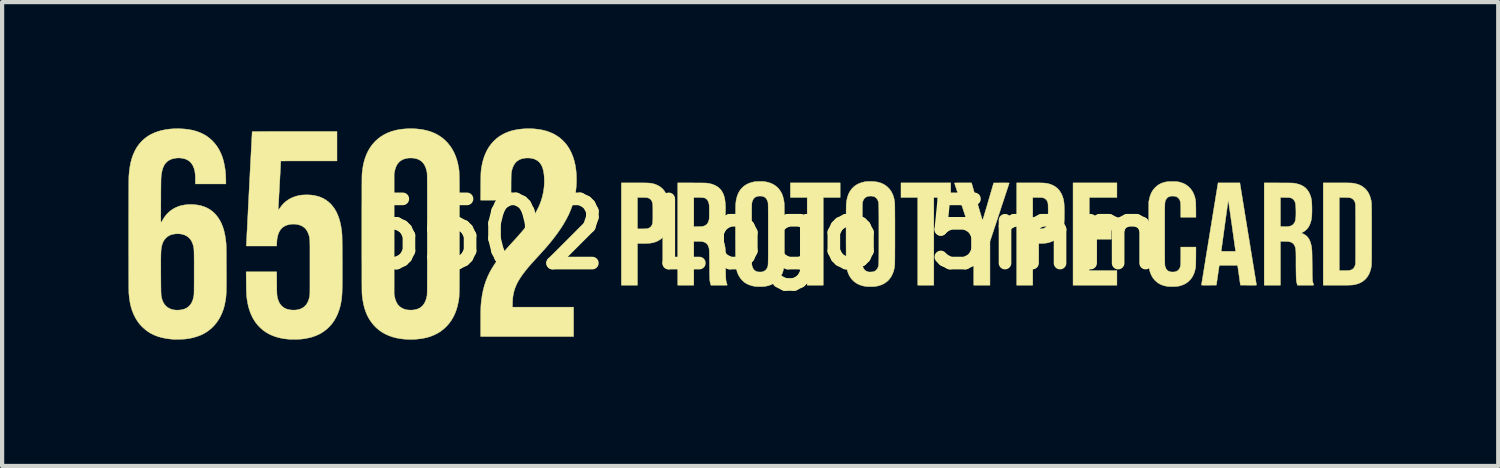
<source format=kicad_pcb>
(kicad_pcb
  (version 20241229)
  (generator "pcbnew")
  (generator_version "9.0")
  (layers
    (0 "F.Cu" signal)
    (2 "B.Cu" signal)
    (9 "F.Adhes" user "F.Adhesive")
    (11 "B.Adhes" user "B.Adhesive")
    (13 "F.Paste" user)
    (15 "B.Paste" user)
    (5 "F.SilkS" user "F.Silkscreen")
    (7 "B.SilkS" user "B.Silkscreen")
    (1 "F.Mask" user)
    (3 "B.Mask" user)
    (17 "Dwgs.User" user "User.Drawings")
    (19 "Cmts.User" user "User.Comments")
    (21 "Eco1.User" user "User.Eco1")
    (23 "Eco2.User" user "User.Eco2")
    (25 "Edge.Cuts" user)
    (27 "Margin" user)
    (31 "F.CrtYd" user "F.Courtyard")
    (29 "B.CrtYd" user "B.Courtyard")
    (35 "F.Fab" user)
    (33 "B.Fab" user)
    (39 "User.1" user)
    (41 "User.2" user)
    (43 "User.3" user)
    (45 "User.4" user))
  (footprint "6502 Logo 5mm"
    (layer "F.Cu")
    (at 15.004 2.506)
    (property "Reference" "6502 Logo 5mm" (at 0 0 0) (layer "F.SilkS") (effects (font (size 1.524 1.524) (thickness 0.3))))
    (attr through_hole)
    (fp_poly (pts (xy 1.892 -0.868) (xy 1.49 -0.868) (xy 1.49 1.215) (xy 1.109 1.215) (xy 1.109 -0.868) (xy 0.711 -0.868) (xy 0.711 -1.215) (xy 1.892 -1.215) (xy 1.892 -0.868)) (stroke (width 0.01) (type solid)) (fill yes) (layer "F.SilkS"))
    (fp_poly (pts (xy 4.517 -0.868) (xy 4.115 -0.868) (xy 4.115 1.215) (xy 3.734 1.215) (xy 3.734 -0.868) (xy 3.336 -0.868) (xy 3.336 -1.215) (xy 4.517 -1.215) (xy 4.517 -0.868)) (stroke (width 0.01) (type solid)) (fill yes) (layer "F.SilkS"))
    (fp_poly (pts (xy 8.462 -0.868) (xy 7.806 -0.868) (xy 7.806 -0.224) (xy 8.327 -0.224) (xy 8.327 0.123) (xy 7.806 0.123) (xy 7.806 0.868) (xy 8.462 0.868) (xy 8.462 1.215) (xy 7.421 1.215) (xy 7.421 -1.215) (xy 8.462 -1.215) (xy 8.462 -0.868)) (stroke (width 0.01) (type solid)) (fill yes) (layer "F.SilkS"))
    (fp_poly (pts (xy 5.01 -1.215) (xy 5.139 -0.77) (xy 5.157 -0.711) (xy 5.174 -0.654) (xy 5.189 -0.599) (xy 5.204 -0.548) (xy 5.218 -0.501) (xy 5.231 -0.459) (xy 5.242 -0.421) (xy 5.252 -0.389) (xy 5.26 -0.363) (xy 5.266 -0.343) (xy 5.271 -0.33) (xy 5.273 -0.325) (xy 5.273 -0.325) (xy 5.275 -0.329) (xy 5.278 -0.34) (xy 5.284 -0.359) (xy 5.292 -0.384) (xy 5.302 -0.415) (xy 5.313 -0.452) (xy 5.325 -0.494) (xy 5.339 -0.54) (xy 5.354 -0.59) (xy 5.37 -0.644) (xy 5.387 -0.701) (xy 5.404 -0.76) (xy 5.406 -0.768) (xy 5.536 -1.213) (xy 5.721 -1.214) (xy 5.767 -1.214) (xy 5.807 -1.214) (xy 5.841 -1.214) (xy 5.868 -1.213) (xy 5.889 -1.213) (xy 5.901 -1.212) (xy 5.905 -1.211) (xy 5.906 -1.211) (xy 5.904 -1.207) (xy 5.9 -1.195) (xy 5.894 -1.175) (xy 5.886 -1.149) (xy 5.875 -1.117) (xy 5.863 -1.079) (xy 5.848 -1.035) (xy 5.832 -0.986) (xy 5.814 -0.932) (xy 5.795 -0.874) (xy 5.775 -0.812) (xy 5.753 -0.746) (xy 5.73 -0.678) (xy 5.707 -0.606) (xy 5.683 -0.533) (xy 5.677 -0.515) (xy 5.448 0.176) (xy 5.448 1.215) (xy 5.063 1.215) (xy 5.063 0.695) (xy 5.063 0.176) (xy 4.834 -0.516) (xy 4.81 -0.59) (xy 4.786 -0.662) (xy 4.763 -0.731) (xy 4.742 -0.797) (xy 4.721 -0.86) (xy 4.701 -0.919) (xy 4.683 -0.974) (xy 4.667 -1.024) (xy 4.652 -1.069) (xy 4.639 -1.109) (xy 4.628 -1.143) (xy 4.619 -1.17) (xy 4.612 -1.191) (xy 4.608 -1.205) (xy 4.606 -1.211) (xy 4.606 -1.211) (xy 4.61 -1.212) (xy 4.622 -1.213) (xy 4.641 -1.213) (xy 4.666 -1.214) (xy 4.696 -1.214) (xy 4.732 -1.215) (xy 4.771 -1.215) (xy 4.808 -1.215) (xy 5.01 -1.215)) (stroke (width 0.01) (type solid)) (fill yes) (layer "F.SilkS"))
    (fp_poly (pts (xy 6.398 -1.215) (xy 6.463 -1.215) (xy 6.521 -1.215) (xy 6.572 -1.214) (xy 6.617 -1.214) (xy 6.655 -1.213) (xy 6.689 -1.213) (xy 6.718 -1.211) (xy 6.743 -1.21) (xy 6.765 -1.208) (xy 6.785 -1.205) (xy 6.802 -1.203) (xy 6.819 -1.199) (xy 6.835 -1.195) (xy 6.851 -1.191) (xy 6.868 -1.185) (xy 6.877 -1.183) (xy 6.936 -1.16) (xy 6.989 -1.13) (xy 7.037 -1.095) (xy 7.08 -1.053) (xy 7.116 -1.004) (xy 7.147 -0.95) (xy 7.172 -0.89) (xy 7.191 -0.828) (xy 7.196 -0.804) (xy 7.2 -0.781) (xy 7.204 -0.757) (xy 7.207 -0.731) (xy 7.209 -0.703) (xy 7.211 -0.671) (xy 7.212 -0.634) (xy 7.213 -0.592) (xy 7.214 -0.543) (xy 7.214 -0.495) (xy 7.213 -0.44) (xy 7.213 -0.392) (xy 7.212 -0.351) (xy 7.211 -0.315) (xy 7.209 -0.283) (xy 7.207 -0.256) (xy 7.204 -0.23) (xy 7.2 -0.206) (xy 7.195 -0.183) (xy 7.191 -0.163) (xy 7.171 -0.097) (xy 7.146 -0.037) (xy 7.114 0.017) (xy 7.077 0.065) (xy 7.034 0.107) (xy 6.986 0.142) (xy 6.932 0.171) (xy 6.872 0.194) (xy 6.841 0.203) (xy 6.814 0.209) (xy 6.787 0.214) (xy 6.76 0.218) (xy 6.729 0.221) (xy 6.695 0.222) (xy 6.656 0.224) (xy 6.61 0.224) (xy 6.588 0.224) (xy 6.464 0.224) (xy 6.464 1.215) (xy 6.083 1.215) (xy 6.083 -0.868) (xy 6.464 -0.868) (xy 6.464 -0.123) (xy 6.573 -0.123) (xy 6.613 -0.123) (xy 6.645 -0.124) (xy 6.67 -0.125) (xy 6.688 -0.126) (xy 6.701 -0.128) (xy 6.703 -0.129) (xy 6.738 -0.141) (xy 6.767 -0.159) (xy 6.791 -0.182) (xy 6.807 -0.209) (xy 6.808 -0.209) (xy 6.813 -0.221) (xy 6.817 -0.232) (xy 6.82 -0.243) (xy 6.823 -0.255) (xy 6.825 -0.268) (xy 6.827 -0.285) (xy 6.828 -0.304) (xy 6.829 -0.328) (xy 6.83 -0.357) (xy 6.83 -0.391) (xy 6.83 -0.433) (xy 6.83 -0.481) (xy 6.83 -0.495) (xy 6.83 -0.546) (xy 6.83 -0.589) (xy 6.83 -0.625) (xy 6.829 -0.656) (xy 6.829 -0.681) (xy 6.827 -0.701) (xy 6.826 -0.718) (xy 6.824 -0.733) (xy 6.821 -0.745) (xy 6.818 -0.756) (xy 6.814 -0.767) (xy 6.809 -0.778) (xy 6.808 -0.781) (xy 6.792 -0.807) (xy 6.769 -0.83) (xy 6.741 -0.848) (xy 6.709 -0.86) (xy 6.698 -0.863) (xy 6.686 -0.865) (xy 6.668 -0.866) (xy 6.643 -0.867) (xy 6.613 -0.867) (xy 6.58 -0.868) (xy 6.57 -0.868) (xy 6.464 -0.868) (xy 6.083 -0.868) (xy 6.083 -1.215) (xy 6.398 -1.215)) (stroke (width 0.01) (type solid)) (fill yes) (layer "F.SilkS"))
    (fp_poly (pts (xy -2.988 -1.215) (xy -2.922 -1.215) (xy -2.864 -1.215) (xy -2.813 -1.214) (xy -2.769 -1.214) (xy -2.73 -1.213) (xy -2.697 -1.213) (xy -2.668 -1.211) (xy -2.643 -1.21) (xy -2.62 -1.208) (xy -2.601 -1.205) (xy -2.583 -1.203) (xy -2.567 -1.199) (xy -2.55 -1.195) (xy -2.534 -1.191) (xy -2.517 -1.186) (xy -2.508 -1.183) (xy -2.45 -1.16) (xy -2.396 -1.131) (xy -2.348 -1.095) (xy -2.306 -1.053) (xy -2.27 -1.005) (xy -2.239 -0.95) (xy -2.213 -0.889) (xy -2.199 -0.845) (xy -2.194 -0.824) (xy -2.189 -0.804) (xy -2.185 -0.786) (xy -2.182 -0.766) (xy -2.18 -0.746) (xy -2.178 -0.723) (xy -2.176 -0.697) (xy -2.175 -0.667) (xy -2.174 -0.632) (xy -2.174 -0.591) (xy -2.174 -0.543) (xy -2.174 -0.497) (xy -2.174 -0.446) (xy -2.174 -0.402) (xy -2.174 -0.364) (xy -2.175 -0.332) (xy -2.176 -0.305) (xy -2.177 -0.282) (xy -2.178 -0.261) (xy -2.18 -0.243) (xy -2.183 -0.225) (xy -2.186 -0.208) (xy -2.189 -0.189) (xy -2.191 -0.178) (xy -2.208 -0.114) (xy -2.231 -0.055) (xy -2.261 0.000037) (xy -2.295 0.049) (xy -2.336 0.093) (xy -2.381 0.13) (xy -2.431 0.16) (xy -2.439 0.164) (xy -2.471 0.179) (xy -2.504 0.191) (xy -2.537 0.201) (xy -2.571 0.209) (xy -2.609 0.215) (xy -2.651 0.22) (xy -2.698 0.222) (xy -2.752 0.224) (xy -2.797 0.224) (xy -2.921 0.224) (xy -2.921 1.215) (xy -3.302 1.215) (xy -3.302 -0.868) (xy -2.921 -0.868) (xy -2.921 -0.123) (xy -2.812 -0.123) (xy -2.772 -0.123) (xy -2.741 -0.124) (xy -2.716 -0.125) (xy -2.697 -0.126) (xy -2.685 -0.128) (xy -2.682 -0.129) (xy -2.647 -0.142) (xy -2.617 -0.16) (xy -2.594 -0.183) (xy -2.577 -0.211) (xy -2.573 -0.223) (xy -2.568 -0.234) (xy -2.565 -0.245) (xy -2.562 -0.258) (xy -2.56 -0.272) (xy -2.558 -0.29) (xy -2.557 -0.311) (xy -2.556 -0.336) (xy -2.555 -0.366) (xy -2.555 -0.403) (xy -2.555 -0.446) (xy -2.555 -0.493) (xy -2.555 -0.541) (xy -2.555 -0.581) (xy -2.555 -0.615) (xy -2.556 -0.642) (xy -2.556 -0.665) (xy -2.557 -0.683) (xy -2.558 -0.697) (xy -2.559 -0.709) (xy -2.56 -0.719) (xy -2.562 -0.727) (xy -2.562 -0.729) (xy -2.573 -0.767) (xy -2.588 -0.798) (xy -2.608 -0.823) (xy -2.633 -0.842) (xy -2.664 -0.856) (xy -2.683 -0.862) (xy -2.693 -0.864) (xy -2.707 -0.865) (xy -2.725 -0.867) (xy -2.749 -0.867) (xy -2.779 -0.868) (xy -2.814 -0.868) (xy -2.921 -0.868) (xy -3.302 -0.868) (xy -3.302 -1.215) (xy -2.988 -1.215)) (stroke (width 0.01) (type solid)) (fill yes) (layer "F.SilkS"))
    (fp_poly (pts (xy 13.685 -1.215) (xy 13.749 -1.215) (xy 13.805 -1.215) (xy 13.854 -1.215) (xy 13.896 -1.214) (xy 13.932 -1.214) (xy 13.962 -1.213) (xy 13.988 -1.213) (xy 14.009 -1.212) (xy 14.026 -1.211) (xy 14.04 -1.21) (xy 14.052 -1.209) (xy 14.056 -1.209) (xy 14.123 -1.197) (xy 14.183 -1.18) (xy 14.237 -1.159) (xy 14.287 -1.131) (xy 14.331 -1.098) (xy 14.371 -1.061) (xy 14.409 -1.014) (xy 14.441 -0.962) (xy 14.467 -0.903) (xy 14.487 -0.839) (xy 14.488 -0.833) (xy 14.491 -0.822) (xy 14.493 -0.812) (xy 14.496 -0.803) (xy 14.498 -0.793) (xy 14.499 -0.783) (xy 14.501 -0.772) (xy 14.502 -0.76) (xy 14.504 -0.746) (xy 14.505 -0.731) (xy 14.506 -0.713) (xy 14.507 -0.692) (xy 14.507 -0.667) (xy 14.508 -0.64) (xy 14.508 -0.608) (xy 14.509 -0.571) (xy 14.509 -0.53) (xy 14.509 -0.483) (xy 14.51 -0.431) (xy 14.51 -0.373) (xy 14.51 -0.308) (xy 14.51 -0.236) (xy 14.51 -0.157) (xy 14.51 -0.07) (xy 14.51 0) (xy 14.51 0.093) (xy 14.51 0.178) (xy 14.51 0.255) (xy 14.51 0.325) (xy 14.51 0.388) (xy 14.509 0.445) (xy 14.509 0.496) (xy 14.509 0.541) (xy 14.509 0.581) (xy 14.508 0.616) (xy 14.508 0.647) (xy 14.507 0.674) (xy 14.506 0.697) (xy 14.506 0.718) (xy 14.505 0.735) (xy 14.503 0.75) (xy 14.502 0.763) (xy 14.501 0.775) (xy 14.499 0.786) (xy 14.497 0.795) (xy 14.495 0.805) (xy 14.493 0.815) (xy 14.49 0.825) (xy 14.488 0.833) (xy 14.468 0.899) (xy 14.443 0.958) (xy 14.411 1.011) (xy 14.373 1.059) (xy 14.33 1.1) (xy 14.281 1.135) (xy 14.226 1.164) (xy 14.166 1.186) (xy 14.139 1.193) (xy 14.123 1.197) (xy 14.109 1.2) (xy 14.094 1.203) (xy 14.079 1.206) (xy 14.063 1.208) (xy 14.044 1.21) (xy 14.024 1.211) (xy 14 1.212) (xy 13.972 1.213) (xy 13.939 1.214) (xy 13.902 1.214) (xy 13.859 1.215) (xy 13.809 1.215) (xy 13.752 1.215) (xy 13.687 1.215) (xy 13.685 1.215) (xy 13.36 1.215) (xy 13.36 -0.868) (xy 13.741 -0.868) (xy 13.741 0.868) (xy 13.854 0.868) (xy 13.892 0.868) (xy 13.922 0.867) (xy 13.946 0.867) (xy 13.965 0.865) (xy 13.981 0.864) (xy 13.993 0.862) (xy 13.995 0.861) (xy 14.031 0.849) (xy 14.061 0.831) (xy 14.086 0.806) (xy 14.105 0.774) (xy 14.12 0.736) (xy 14.121 0.729) (xy 14.122 0.725) (xy 14.123 0.72) (xy 14.124 0.714) (xy 14.125 0.707) (xy 14.125 0.697) (xy 14.126 0.686) (xy 14.126 0.671) (xy 14.127 0.654) (xy 14.127 0.633) (xy 14.128 0.608) (xy 14.128 0.579) (xy 14.128 0.545) (xy 14.128 0.506) (xy 14.128 0.462) (xy 14.129 0.412) (xy 14.129 0.355) (xy 14.129 0.292) (xy 14.129 0.222) (xy 14.129 0.145) (xy 14.129 0.059) (xy 14.129 0) (xy 14.129 -0.091) (xy 14.129 -0.173) (xy 14.129 -0.248) (xy 14.129 -0.315) (xy 14.129 -0.376) (xy 14.128 -0.43) (xy 14.128 -0.478) (xy 14.128 -0.521) (xy 14.128 -0.558) (xy 14.128 -0.59) (xy 14.127 -0.617) (xy 14.127 -0.641) (xy 14.127 -0.66) (xy 14.126 -0.677) (xy 14.126 -0.69) (xy 14.125 -0.701) (xy 14.124 -0.71) (xy 14.124 -0.717) (xy 14.123 -0.722) (xy 14.122 -0.727) (xy 14.121 -0.729) (xy 14.11 -0.766) (xy 14.094 -0.795) (xy 14.074 -0.819) (xy 14.049 -0.839) (xy 14.036 -0.847) (xy 14.023 -0.853) (xy 14.008 -0.858) (xy 13.992 -0.862) (xy 13.972 -0.864) (xy 13.948 -0.866) (xy 13.918 -0.867) (xy 13.881 -0.868) (xy 13.854 -0.868) (xy 13.741 -0.868) (xy 13.36 -0.868) (xy 13.36 -1.215) (xy 13.685 -1.215)) (stroke (width 0.01) (type solid)) (fill yes) (layer "F.SilkS"))
    (fp_poly (pts (xy 11.122 -1.215) (xy 11.381 -1.215) (xy 11.577 -0.007) (xy 11.594 0.093) (xy 11.61 0.19) (xy 11.625 0.286) (xy 11.64 0.378) (xy 11.655 0.468) (xy 11.669 0.554) (xy 11.682 0.636) (xy 11.695 0.714) (xy 11.707 0.788) (xy 11.718 0.856) (xy 11.728 0.92) (xy 11.738 0.978) (xy 11.747 1.031) (xy 11.754 1.077) (xy 11.761 1.117) (xy 11.766 1.15) (xy 11.77 1.176) (xy 11.773 1.194) (xy 11.775 1.205) (xy 11.776 1.208) (xy 11.776 1.209) (xy 11.775 1.211) (xy 11.771 1.212) (xy 11.765 1.213) (xy 11.756 1.214) (xy 11.742 1.214) (xy 11.724 1.214) (xy 11.7 1.214) (xy 11.669 1.214) (xy 11.632 1.214) (xy 11.586 1.214) (xy 11.586 1.214) (xy 11.394 1.213) (xy 11.361 0.977) (xy 11.327 0.741) (xy 11.11 0.741) (xy 11.068 0.741) (xy 11.028 0.741) (xy 10.992 0.741) (xy 10.961 0.741) (xy 10.934 0.741) (xy 10.913 0.741) (xy 10.899 0.742) (xy 10.892 0.742) (xy 10.892 0.742) (xy 10.891 0.746) (xy 10.89 0.758) (xy 10.887 0.777) (xy 10.883 0.802) (xy 10.879 0.832) (xy 10.873 0.867) (xy 10.868 0.905) (xy 10.862 0.947) (xy 10.857 0.978) (xy 10.823 1.213) (xy 10.646 1.214) (xy 10.608 1.214) (xy 10.573 1.214) (xy 10.542 1.214) (xy 10.515 1.214) (xy 10.493 1.213) (xy 10.478 1.213) (xy 10.47 1.212) (xy 10.469 1.212) (xy 10.47 1.208) (xy 10.472 1.195) (xy 10.475 1.175) (xy 10.479 1.148) (xy 10.485 1.115) (xy 10.491 1.075) (xy 10.499 1.029) (xy 10.507 0.977) (xy 10.516 0.92) (xy 10.526 0.859) (xy 10.537 0.793) (xy 10.548 0.723) (xy 10.56 0.65) (xy 10.572 0.574) (xy 10.585 0.495) (xy 10.598 0.413) (xy 10.6 0.402) (xy 10.939 0.402) (xy 10.939 0.404) (xy 10.94 0.406) (xy 10.942 0.407) (xy 10.947 0.408) (xy 10.955 0.409) (xy 10.967 0.41) (xy 10.983 0.41) (xy 11.005 0.41) (xy 11.033 0.411) (xy 11.068 0.411) (xy 11.11 0.411) (xy 11.28 0.411) (xy 11.258 0.255) (xy 11.241 0.133) (xy 11.225 0.02) (xy 11.21 -0.085) (xy 11.197 -0.182) (xy 11.184 -0.272) (xy 11.172 -0.354) (xy 11.162 -0.428) (xy 11.152 -0.495) (xy 11.143 -0.555) (xy 11.136 -0.607) (xy 11.129 -0.653) (xy 11.123 -0.692) (xy 11.119 -0.724) (xy 11.115 -0.75) (xy 11.112 -0.77) (xy 11.109 -0.783) (xy 11.108 -0.79) (xy 11.107 -0.792) (xy 11.104 -0.788) (xy 11.102 -0.782) (xy 11.101 -0.776) (xy 11.099 -0.763) (xy 11.096 -0.742) (xy 11.092 -0.715) (xy 11.088 -0.682) (xy 11.082 -0.643) (xy 11.076 -0.6) (xy 11.07 -0.552) (xy 11.062 -0.5) (xy 11.055 -0.446) (xy 11.047 -0.389) (xy 11.039 -0.33) (xy 11.03 -0.269) (xy 11.022 -0.208) (xy 11.014 -0.147) (xy 11.005 -0.086) (xy 10.997 -0.026) (xy 10.989 0.032) (xy 10.981 0.088) (xy 10.974 0.141) (xy 10.967 0.191) (xy 10.961 0.237) (xy 10.955 0.279) (xy 10.95 0.316) (xy 10.946 0.346) (xy 10.943 0.371) (xy 10.94 0.389) (xy 10.939 0.399) (xy 10.939 0.402) (xy 10.6 0.402) (xy 10.612 0.33) (xy 10.626 0.245) (xy 10.64 0.159) (xy 10.654 0.073) (xy 10.668 -0.014) (xy 10.682 -0.101) (xy 10.696 -0.188) (xy 10.71 -0.273) (xy 10.724 -0.357) (xy 10.737 -0.44) (xy 10.75 -0.52) (xy 10.763 -0.598) (xy 10.775 -0.673) (xy 10.787 -0.745) (xy 10.798 -0.813) (xy 10.808 -0.877) (xy 10.818 -0.936) (xy 10.827 -0.991) (xy 10.835 -1.04) (xy 10.842 -1.083) (xy 10.848 -1.12) (xy 10.853 -1.151) (xy 10.857 -1.175) (xy 10.86 -1.191) (xy 10.861 -1.2) (xy 10.861 -1.201) (xy 10.864 -1.215) (xy 11.122 -1.215)) (stroke (width 0.01) (type solid)) (fill yes) (layer "F.SilkS"))
    (fp_poly (pts (xy 9.819 -1.246) (xy 9.852 -1.246) (xy 9.88 -1.244) (xy 9.905 -1.241) (xy 9.929 -1.237) (xy 9.954 -1.231) (xy 9.98 -1.224) (xy 9.99 -1.221) (xy 10.048 -1.199) (xy 10.102 -1.17) (xy 10.151 -1.134) (xy 10.195 -1.092) (xy 10.234 -1.044) (xy 10.267 -0.991) (xy 10.293 -0.932) (xy 10.31 -0.882) (xy 10.316 -0.861) (xy 10.32 -0.842) (xy 10.324 -0.825) (xy 10.327 -0.807) (xy 10.33 -0.789) (xy 10.332 -0.769) (xy 10.333 -0.745) (xy 10.335 -0.718) (xy 10.335 -0.685) (xy 10.336 -0.647) (xy 10.337 -0.601) (xy 10.337 -0.583) (xy 10.338 -0.398) (xy 9.978 -0.398) (xy 9.978 -0.556) (xy 9.978 -0.603) (xy 9.977 -0.642) (xy 9.977 -0.675) (xy 9.976 -0.702) (xy 9.974 -0.725) (xy 9.972 -0.744) (xy 9.969 -0.76) (xy 9.966 -0.775) (xy 9.961 -0.789) (xy 9.957 -0.801) (xy 9.946 -0.823) (xy 9.93 -0.845) (xy 9.911 -0.864) (xy 9.895 -0.876) (xy 9.866 -0.89) (xy 9.831 -0.898) (xy 9.791 -0.902) (xy 9.787 -0.902) (xy 9.744 -0.899) (xy 9.708 -0.89) (xy 9.676 -0.875) (xy 9.651 -0.853) (xy 9.63 -0.825) (xy 9.621 -0.809) (xy 9.618 -0.802) (xy 9.616 -0.796) (xy 9.613 -0.791) (xy 9.611 -0.784) (xy 9.609 -0.778) (xy 9.607 -0.77) (xy 9.605 -0.76) (xy 9.604 -0.749) (xy 9.603 -0.736) (xy 9.601 -0.72) (xy 9.6 -0.701) (xy 9.6 -0.679) (xy 9.599 -0.653) (xy 9.598 -0.623) (xy 9.598 -0.588) (xy 9.598 -0.549) (xy 9.597 -0.504) (xy 9.597 -0.453) (xy 9.597 -0.396) (xy 9.597 -0.333) (xy 9.597 -0.263) (xy 9.597 -0.185) (xy 9.597 -0.1) (xy 9.597 -0.007) (xy 9.597 0.002) (xy 9.597 0.095) (xy 9.597 0.18) (xy 9.597 0.257) (xy 9.597 0.327) (xy 9.597 0.389) (xy 9.597 0.445) (xy 9.597 0.495) (xy 9.598 0.54) (xy 9.598 0.578) (xy 9.598 0.612) (xy 9.598 0.641) (xy 9.599 0.666) (xy 9.599 0.687) (xy 9.6 0.704) (xy 9.6 0.719) (xy 9.601 0.73) (xy 9.601 0.739) (xy 9.602 0.746) (xy 9.603 0.752) (xy 9.603 0.754) (xy 9.615 0.795) (xy 9.632 0.829) (xy 9.653 0.856) (xy 9.68 0.877) (xy 9.712 0.891) (xy 9.75 0.9) (xy 9.787 0.902) (xy 9.831 0.899) (xy 9.868 0.889) (xy 9.9 0.874) (xy 9.926 0.852) (xy 9.946 0.824) (xy 9.962 0.789) (xy 9.972 0.749) (xy 9.973 0.739) (xy 9.975 0.724) (xy 9.976 0.705) (xy 9.976 0.681) (xy 9.977 0.651) (xy 9.977 0.615) (xy 9.978 0.571) (xy 9.978 0.52) (xy 9.978 0.513) (xy 9.978 0.309) (xy 10.338 0.309) (xy 10.337 0.539) (xy 10.336 0.59) (xy 10.336 0.634) (xy 10.335 0.671) (xy 10.335 0.702) (xy 10.334 0.728) (xy 10.333 0.749) (xy 10.333 0.766) (xy 10.331 0.78) (xy 10.33 0.791) (xy 10.329 0.801) (xy 10.328 0.806) (xy 10.312 0.872) (xy 10.294 0.931) (xy 10.27 0.984) (xy 10.243 1.032) (xy 10.21 1.076) (xy 10.194 1.093) (xy 10.153 1.133) (xy 10.108 1.166) (xy 10.06 1.193) (xy 10.005 1.215) (xy 9.945 1.233) (xy 9.927 1.237) (xy 9.904 1.24) (xy 9.875 1.243) (xy 9.841 1.246) (xy 9.805 1.247) (xy 9.768 1.248) (xy 9.732 1.247) (xy 9.699 1.246) (xy 9.671 1.244) (xy 9.658 1.242) (xy 9.595 1.23) (xy 9.538 1.212) (xy 9.487 1.19) (xy 9.44 1.163) (xy 9.397 1.129) (xy 9.361 1.095) (xy 9.323 1.05) (xy 9.292 1) (xy 9.265 0.945) (xy 9.244 0.883) (xy 9.228 0.815) (xy 9.228 0.814) (xy 9.218 0.764) (xy 9.218 -0.764) (xy 9.228 -0.814) (xy 9.243 -0.879) (xy 9.262 -0.937) (xy 9.286 -0.99) (xy 9.315 -1.038) (xy 9.35 -1.082) (xy 9.372 -1.105) (xy 9.411 -1.141) (xy 9.451 -1.17) (xy 9.493 -1.193) (xy 9.54 -1.213) (xy 9.558 -1.219) (xy 9.586 -1.227) (xy 9.613 -1.234) (xy 9.64 -1.239) (xy 9.668 -1.243) (xy 9.7 -1.245) (xy 9.737 -1.246) (xy 9.779 -1.247) (xy 9.819 -1.246)) (stroke (width 0.01) (type solid)) (fill yes) (layer "F.SilkS"))
    (fp_poly (pts (xy -1.62 -1.214) (xy -1.558 -1.213) (xy -1.504 -1.213) (xy -1.457 -1.213) (xy -1.416 -1.213) (xy -1.381 -1.212) (xy -1.352 -1.212) (xy -1.328 -1.211) (xy -1.307 -1.211) (xy -1.29 -1.21) (xy -1.277 -1.209) (xy -1.265 -1.208) (xy -1.255 -1.207) (xy -1.246 -1.206) (xy -1.237 -1.205) (xy -1.229 -1.203) (xy -1.163 -1.187) (xy -1.103 -1.166) (xy -1.049 -1.14) (xy -1.002 -1.109) (xy -0.961 -1.072) (xy -0.926 -1.029) (xy -0.897 -0.981) (xy -0.873 -0.926) (xy -0.87 -0.917) (xy -0.856 -0.869) (xy -0.845 -0.814) (xy -0.837 -0.751) (xy -0.832 -0.683) (xy -0.83 -0.608) (xy -0.831 -0.528) (xy -0.833 -0.482) (xy -0.836 -0.435) (xy -0.839 -0.395) (xy -0.843 -0.36) (xy -0.849 -0.329) (xy -0.856 -0.299) (xy -0.865 -0.27) (xy -0.87 -0.255) (xy -0.893 -0.203) (xy -0.922 -0.155) (xy -0.956 -0.113) (xy -0.996 -0.077) (xy -1.04 -0.047) (xy -1.055 -0.04) (xy -1.068 -0.033) (xy -1.076 -0.028) (xy -1.078 -0.024) (xy -1.074 -0.021) (xy -1.064 -0.016) (xy -1.05 -0.009) (xy -1.045 -0.007) (xy -1.002 0.016) (xy -0.964 0.043) (xy -0.932 0.076) (xy -0.904 0.115) (xy -0.881 0.161) (xy -0.868 0.197) (xy -0.861 0.219) (xy -0.854 0.24) (xy -0.849 0.262) (xy -0.845 0.285) (xy -0.841 0.309) (xy -0.838 0.336) (xy -0.835 0.366) (xy -0.833 0.4) (xy -0.832 0.438) (xy -0.831 0.482) (xy -0.83 0.533) (xy -0.83 0.59) (xy -0.83 0.654) (xy -0.829 0.736) (xy -0.829 0.811) (xy -0.828 0.877) (xy -0.827 0.935) (xy -0.826 0.986) (xy -0.824 1.029) (xy -0.822 1.065) (xy -0.819 1.094) (xy -0.816 1.116) (xy -0.815 1.122) (xy -0.804 1.167) (xy -0.789 1.208) (xy -0.789 1.209) (xy -0.79 1.211) (xy -0.793 1.212) (xy -0.799 1.213) (xy -0.809 1.214) (xy -0.822 1.214) (xy -0.841 1.214) (xy -0.865 1.215) (xy -0.895 1.215) (xy -0.933 1.215) (xy -0.978 1.215) (xy -1.176 1.215) (xy -1.185 1.182) (xy -1.189 1.17) (xy -1.192 1.158) (xy -1.195 1.146) (xy -1.198 1.134) (xy -1.2 1.12) (xy -1.202 1.105) (xy -1.203 1.088) (xy -1.204 1.068) (xy -1.206 1.044) (xy -1.206 1.016) (xy -1.207 0.983) (xy -1.208 0.945) (xy -1.209 0.9) (xy -1.209 0.85) (xy -1.21 0.792) (xy -1.211 0.726) (xy -1.211 0.724) (xy -1.211 0.659) (xy -1.212 0.602) (xy -1.212 0.552) (xy -1.213 0.508) (xy -1.214 0.471) (xy -1.214 0.439) (xy -1.215 0.413) (xy -1.216 0.39) (xy -1.218 0.371) (xy -1.219 0.355) (xy -1.221 0.342) (xy -1.223 0.331) (xy -1.226 0.321) (xy -1.228 0.312) (xy -1.232 0.302) (xy -1.236 0.293) (xy -1.238 0.287) (xy -1.255 0.254) (xy -1.278 0.227) (xy -1.306 0.206) (xy -1.341 0.19) (xy -1.382 0.179) (xy -1.392 0.178) (xy -1.405 0.177) (xy -1.425 0.175) (xy -1.45 0.174) (xy -1.477 0.174) (xy -1.502 0.174) (xy -1.583 0.174) (xy -1.583 1.215) (xy -1.964 1.215) (xy -1.964 -0.173) (xy -1.583 -0.173) (xy -1.483 -0.175) (xy -1.445 -0.176) (xy -1.414 -0.177) (xy -1.39 -0.179) (xy -1.373 -0.181) (xy -1.36 -0.183) (xy -1.359 -0.184) (xy -1.321 -0.198) (xy -1.289 -0.218) (xy -1.263 -0.244) (xy -1.243 -0.276) (xy -1.228 -0.314) (xy -1.222 -0.34) (xy -1.22 -0.35) (xy -1.218 -0.363) (xy -1.217 -0.379) (xy -1.216 -0.399) (xy -1.216 -0.424) (xy -1.215 -0.455) (xy -1.215 -0.492) (xy -1.215 -0.526) (xy -1.215 -0.567) (xy -1.215 -0.602) (xy -1.216 -0.63) (xy -1.216 -0.652) (xy -1.217 -0.67) (xy -1.218 -0.685) (xy -1.22 -0.698) (xy -1.221 -0.709) (xy -1.223 -0.718) (xy -1.234 -0.758) (xy -1.25 -0.792) (xy -1.269 -0.818) (xy -1.275 -0.824) (xy -1.289 -0.836) (xy -1.302 -0.845) (xy -1.316 -0.853) (xy -1.333 -0.858) (xy -1.352 -0.862) (xy -1.376 -0.865) (xy -1.404 -0.867) (xy -1.44 -0.868) (xy -1.478 -0.868) (xy -1.583 -0.868) (xy -1.583 -0.173) (xy -1.964 -0.173) (xy -1.964 -1.215) (xy -1.62 -1.214)) (stroke (width 0.01) (type solid)) (fill yes) (layer "F.SilkS"))
    (fp_poly (pts (xy 12.303 -1.214) (xy 12.365 -1.213) (xy 12.42 -1.213) (xy 12.467 -1.213) (xy 12.508 -1.213) (xy 12.542 -1.212) (xy 12.571 -1.212) (xy 12.596 -1.211) (xy 12.616 -1.211) (xy 12.633 -1.21) (xy 12.647 -1.209) (xy 12.659 -1.208) (xy 12.669 -1.207) (xy 12.678 -1.206) (xy 12.686 -1.205) (xy 12.694 -1.203) (xy 12.726 -1.196) (xy 12.759 -1.187) (xy 12.792 -1.177) (xy 12.823 -1.166) (xy 12.847 -1.156) (xy 12.853 -1.153) (xy 12.902 -1.124) (xy 12.946 -1.088) (xy 12.985 -1.045) (xy 13.017 -0.997) (xy 13.044 -0.942) (xy 13.065 -0.882) (xy 13.07 -0.866) (xy 13.076 -0.839) (xy 13.081 -0.81) (xy 13.085 -0.779) (xy 13.088 -0.743) (xy 13.09 -0.702) (xy 13.092 -0.655) (xy 13.092 -0.635) (xy 13.093 -0.571) (xy 13.092 -0.511) (xy 13.09 -0.457) (xy 13.087 -0.408) (xy 13.082 -0.367) (xy 13.077 -0.336) (xy 13.06 -0.273) (xy 13.038 -0.216) (xy 13.011 -0.166) (xy 12.978 -0.123) (xy 12.94 -0.086) (xy 12.897 -0.055) (xy 12.872 -0.042) (xy 12.856 -0.033) (xy 12.847 -0.027) (xy 12.845 -0.022) (xy 12.85 -0.019) (xy 12.853 -0.018) (xy 12.871 -0.011) (xy 12.893 -0.001) (xy 12.916 0.012) (xy 12.939 0.027) (xy 12.958 0.042) (xy 12.965 0.047) (xy 12.995 0.079) (xy 13.02 0.115) (xy 13.041 0.157) (xy 13.059 0.204) (xy 13.07 0.247) (xy 13.074 0.264) (xy 13.078 0.28) (xy 13.081 0.296) (xy 13.084 0.313) (xy 13.086 0.33) (xy 13.088 0.349) (xy 13.09 0.371) (xy 13.092 0.395) (xy 13.093 0.423) (xy 13.094 0.455) (xy 13.095 0.492) (xy 13.096 0.535) (xy 13.096 0.583) (xy 13.097 0.639) (xy 13.098 0.702) (xy 13.098 0.743) (xy 13.099 0.807) (xy 13.099 0.864) (xy 13.1 0.913) (xy 13.1 0.956) (xy 13.101 0.992) (xy 13.102 1.024) (xy 13.103 1.05) (xy 13.104 1.072) (xy 13.105 1.091) (xy 13.106 1.107) (xy 13.108 1.12) (xy 13.11 1.132) (xy 13.113 1.142) (xy 13.115 1.152) (xy 13.119 1.163) (xy 13.122 1.173) (xy 13.123 1.175) (xy 13.128 1.189) (xy 13.132 1.202) (xy 13.134 1.208) (xy 13.134 1.209) (xy 13.133 1.211) (xy 13.13 1.212) (xy 13.124 1.213) (xy 13.115 1.214) (xy 13.101 1.214) (xy 13.083 1.214) (xy 13.058 1.215) (xy 13.028 1.215) (xy 12.991 1.215) (xy 12.945 1.215) (xy 12.748 1.215) (xy 12.739 1.182) (xy 12.734 1.163) (xy 12.729 1.143) (xy 12.725 1.126) (xy 12.725 1.126) (xy 12.723 1.11) (xy 12.721 1.085) (xy 12.719 1.053) (xy 12.717 1.012) (xy 12.716 0.965) (xy 12.715 0.91) (xy 12.714 0.848) (xy 12.713 0.779) (xy 12.713 0.704) (xy 12.713 0.651) (xy 12.713 0.594) (xy 12.713 0.544) (xy 12.712 0.501) (xy 12.712 0.465) (xy 12.711 0.434) (xy 12.71 0.408) (xy 12.709 0.386) (xy 12.707 0.367) (xy 12.705 0.351) (xy 12.702 0.337) (xy 12.699 0.324) (xy 12.695 0.311) (xy 12.691 0.298) (xy 12.689 0.294) (xy 12.673 0.259) (xy 12.652 0.231) (xy 12.63 0.212) (xy 12.611 0.201) (xy 12.59 0.192) (xy 12.567 0.185) (xy 12.541 0.18) (xy 12.51 0.176) (xy 12.473 0.174) (xy 12.429 0.174) (xy 12.422 0.174) (xy 12.344 0.174) (xy 12.344 1.215) (xy 11.959 1.215) (xy 11.959 -0.868) (xy 12.344 -0.868) (xy 12.344 -0.174) (xy 12.42 -0.174) (xy 12.447 -0.174) (xy 12.475 -0.175) (xy 12.5 -0.176) (xy 12.521 -0.177) (xy 12.531 -0.178) (xy 12.573 -0.187) (xy 12.61 -0.201) (xy 12.64 -0.222) (xy 12.665 -0.249) (xy 12.684 -0.281) (xy 12.694 -0.306) (xy 12.7 -0.331) (xy 12.705 -0.362) (xy 12.709 -0.398) (xy 12.711 -0.441) (xy 12.712 -0.491) (xy 12.712 -0.548) (xy 12.711 -0.569) (xy 12.71 -0.614) (xy 12.708 -0.652) (xy 12.706 -0.683) (xy 12.703 -0.709) (xy 12.699 -0.732) (xy 12.693 -0.751) (xy 12.687 -0.768) (xy 12.683 -0.777) (xy 12.664 -0.807) (xy 12.639 -0.832) (xy 12.609 -0.851) (xy 12.574 -0.863) (xy 12.569 -0.864) (xy 12.558 -0.865) (xy 12.541 -0.866) (xy 12.518 -0.867) (xy 12.491 -0.867) (xy 12.461 -0.868) (xy 12.445 -0.868) (xy 12.344 -0.868) (xy 11.959 -0.868) (xy 11.959 -1.215) (xy 12.303 -1.214)) (stroke (width 0.01) (type solid)) (fill yes) (layer "F.SilkS"))
    (fp_poly (pts (xy -5.364 -2.496) (xy -5.271 -2.485) (xy -5.181 -2.47) (xy -5.164 -2.466) (xy -5.072 -2.442) (xy -4.985 -2.41) (xy -4.904 -2.373) (xy -4.829 -2.329) (xy -4.758 -2.278) (xy -4.694 -2.221) (xy -4.634 -2.158) (xy -4.581 -2.089) (xy -4.533 -2.014) (xy -4.492 -1.933) (xy -4.456 -1.846) (xy -4.426 -1.754) (xy -4.402 -1.655) (xy -4.392 -1.603) (xy -4.379 -1.51) (xy -4.371 -1.413) (xy -4.368 -1.313) (xy -4.369 -1.213) (xy -4.375 -1.115) (xy -4.385 -1.02) (xy -4.39 -0.989) (xy -4.41 -0.882) (xy -4.436 -0.776) (xy -4.469 -0.671) (xy -4.508 -0.567) (xy -4.553 -0.463) (xy -4.606 -0.359) (xy -4.666 -0.253) (xy -4.733 -0.146) (xy -4.808 -0.037) (xy -4.835 0.001) (xy -4.879 0.059) (xy -4.923 0.117) (xy -4.969 0.174) (xy -5.017 0.233) (xy -5.068 0.294) (xy -5.124 0.357) (xy -5.184 0.424) (xy -5.249 0.496) (xy -5.283 0.533) (xy -5.331 0.585) (xy -5.373 0.631) (xy -5.411 0.673) (xy -5.445 0.711) (xy -5.475 0.746) (xy -5.504 0.778) (xy -5.53 0.81) (xy -5.555 0.84) (xy -5.579 0.871) (xy -5.599 0.896) (xy -5.653 0.967) (xy -5.7 1.036) (xy -5.741 1.101) (xy -5.776 1.165) (xy -5.805 1.228) (xy -5.83 1.291) (xy -5.85 1.355) (xy -5.865 1.421) (xy -5.867 1.429) (xy -5.872 1.458) (xy -5.877 1.488) (xy -5.88 1.519) (xy -5.883 1.553) (xy -5.885 1.591) (xy -5.887 1.637) (xy -5.887 1.644) (xy -5.89 1.736) (xy -4.437 1.736) (xy -4.437 2.434) (xy -6.642 2.434) (xy -6.642 2.105) (xy -6.642 2.037) (xy -6.642 1.976) (xy -6.642 1.923) (xy -6.641 1.875) (xy -6.641 1.833) (xy -6.64 1.796) (xy -6.639 1.763) (xy -6.638 1.733) (xy -6.637 1.705) (xy -6.635 1.68) (xy -6.633 1.655) (xy -6.631 1.63) (xy -6.628 1.605) (xy -6.627 1.594) (xy -6.609 1.465) (xy -6.585 1.341) (xy -6.554 1.223) (xy -6.516 1.11) (xy -6.472 1.002) (xy -6.422 0.899) (xy -6.411 0.88) (xy -6.373 0.814) (xy -6.333 0.749) (xy -6.29 0.684) (xy -6.243 0.618) (xy -6.193 0.551) (xy -6.138 0.482) (xy -6.079 0.41) (xy -6.014 0.335) (xy -5.944 0.256) (xy -5.893 0.201) (xy -5.814 0.115) (xy -5.742 0.035) (xy -5.676 -0.042) (xy -5.615 -0.114) (xy -5.559 -0.183) (xy -5.508 -0.249) (xy -5.462 -0.313) (xy -5.419 -0.374) (xy -5.38 -0.434) (xy -5.345 -0.493) (xy -5.312 -0.551) (xy -5.298 -0.578) (xy -5.249 -0.68) (xy -5.209 -0.784) (xy -5.177 -0.889) (xy -5.154 -0.996) (xy -5.138 -1.104) (xy -5.131 -1.214) (xy -5.131 -1.251) (xy -5.133 -1.333) (xy -5.138 -1.407) (xy -5.148 -1.474) (xy -5.161 -1.534) (xy -5.178 -1.588) (xy -5.2 -1.635) (xy -5.226 -1.676) (xy -5.256 -1.711) (xy -5.291 -1.74) (xy -5.33 -1.764) (xy -5.359 -1.777) (xy -5.407 -1.792) (xy -5.458 -1.802) (xy -5.512 -1.806) (xy -5.566 -1.805) (xy -5.618 -1.798) (xy -5.668 -1.787) (xy -5.714 -1.77) (xy -5.728 -1.763) (xy -5.769 -1.737) (xy -5.806 -1.705) (xy -5.837 -1.667) (xy -5.863 -1.623) (xy -5.885 -1.573) (xy -5.902 -1.515) (xy -5.911 -1.475) (xy -5.912 -1.466) (xy -5.914 -1.457) (xy -5.915 -1.447) (xy -5.916 -1.436) (xy -5.917 -1.424) (xy -5.918 -1.408) (xy -5.918 -1.39) (xy -5.919 -1.367) (xy -5.919 -1.34) (xy -5.92 -1.308) (xy -5.92 -1.27) (xy -5.921 -1.225) (xy -5.921 -1.173) (xy -5.921 -1.117) (xy -5.923 -0.804) (xy -6.643 -0.804) (xy -6.641 -1.131) (xy -6.641 -1.195) (xy -6.64 -1.25) (xy -6.64 -1.299) (xy -6.639 -1.341) (xy -6.639 -1.378) (xy -6.638 -1.41) (xy -6.637 -1.439) (xy -6.636 -1.463) (xy -6.634 -1.486) (xy -6.633 -1.506) (xy -6.63 -1.526) (xy -6.628 -1.545) (xy -6.625 -1.564) (xy -6.621 -1.585) (xy -6.617 -1.608) (xy -6.615 -1.623) (xy -6.593 -1.723) (xy -6.565 -1.817) (xy -6.531 -1.905) (xy -6.491 -1.988) (xy -6.446 -2.065) (xy -6.394 -2.136) (xy -6.337 -2.201) (xy -6.274 -2.26) (xy -6.205 -2.313) (xy -6.131 -2.359) (xy -6.052 -2.399) (xy -5.967 -2.432) (xy -5.915 -2.449) (xy -5.831 -2.469) (xy -5.743 -2.485) (xy -5.65 -2.495) (xy -5.555 -2.501) (xy -5.459 -2.501) (xy -5.364 -2.496)) (stroke (width 0.01) (type solid)) (fill yes) (layer "F.SilkS"))
    (fp_poly (pts (xy 2.635 -1.248) (xy 2.681 -1.246) (xy 2.724 -1.242) (xy 2.763 -1.237) (xy 2.781 -1.233) (xy 2.847 -1.215) (xy 2.907 -1.19) (xy 2.962 -1.158) (xy 3.011 -1.121) (xy 3.055 -1.077) (xy 3.093 -1.027) (xy 3.125 -0.971) (xy 3.151 -0.91) (xy 3.171 -0.842) (xy 3.184 -0.77) (xy 3.187 -0.744) (xy 3.188 -0.734) (xy 3.189 -0.717) (xy 3.189 -0.692) (xy 3.19 -0.66) (xy 3.19 -0.622) (xy 3.19 -0.578) (xy 3.191 -0.529) (xy 3.191 -0.476) (xy 3.191 -0.418) (xy 3.192 -0.357) (xy 3.192 -0.293) (xy 3.192 -0.227) (xy 3.192 -0.159) (xy 3.192 -0.09) (xy 3.192 -0.02) (xy 3.192 0.051) (xy 3.192 0.121) (xy 3.192 0.189) (xy 3.192 0.257) (xy 3.192 0.322) (xy 3.191 0.385) (xy 3.191 0.444) (xy 3.191 0.5) (xy 3.191 0.552) (xy 3.19 0.598) (xy 3.19 0.64) (xy 3.189 0.675) (xy 3.189 0.704) (xy 3.188 0.726) (xy 3.188 0.74) (xy 3.187 0.744) (xy 3.176 0.819) (xy 3.158 0.888) (xy 3.134 0.951) (xy 3.104 1.009) (xy 3.068 1.061) (xy 3.027 1.107) (xy 2.98 1.146) (xy 2.927 1.18) (xy 2.869 1.207) (xy 2.805 1.227) (xy 2.779 1.234) (xy 2.748 1.24) (xy 2.717 1.244) (xy 2.685 1.247) (xy 2.649 1.248) (xy 2.608 1.248) (xy 2.583 1.248) (xy 2.56 1.247) (xy 2.54 1.247) (xy 2.525 1.246) (xy 2.519 1.246) (xy 2.451 1.235) (xy 2.387 1.218) (xy 2.327 1.194) (xy 2.272 1.164) (xy 2.223 1.128) (xy 2.213 1.119) (xy 2.17 1.076) (xy 2.133 1.027) (xy 2.102 0.974) (xy 2.077 0.914) (xy 2.058 0.85) (xy 2.044 0.779) (xy 2.036 0.704) (xy 2.036 0.691) (xy 2.035 0.67) (xy 2.035 0.642) (xy 2.034 0.605) (xy 2.034 0.562) (xy 2.033 0.513) (xy 2.033 0.456) (xy 2.033 0.394) (xy 2.033 0.327) (xy 2.032 0.254) (xy 2.032 0.176) (xy 2.032 0.094) (xy 2.032 0.093) (xy 2.417 0.093) (xy 2.417 0.177) (xy 2.417 0.255) (xy 2.417 0.325) (xy 2.417 0.387) (xy 2.418 0.444) (xy 2.418 0.494) (xy 2.418 0.539) (xy 2.418 0.578) (xy 2.419 0.613) (xy 2.419 0.643) (xy 2.42 0.669) (xy 2.42 0.691) (xy 2.421 0.709) (xy 2.422 0.725) (xy 2.423 0.738) (xy 2.425 0.749) (xy 2.426 0.758) (xy 2.428 0.766) (xy 2.43 0.773) (xy 2.432 0.78) (xy 2.434 0.786) (xy 2.436 0.792) (xy 2.438 0.796) (xy 2.454 0.829) (xy 2.476 0.855) (xy 2.503 0.876) (xy 2.537 0.891) (xy 2.539 0.892) (xy 2.552 0.896) (xy 2.564 0.899) (xy 2.577 0.901) (xy 2.594 0.901) (xy 2.616 0.901) (xy 2.62 0.9) (xy 2.646 0.899) (xy 2.665 0.897) (xy 2.681 0.895) (xy 2.694 0.891) (xy 2.697 0.889) (xy 2.727 0.874) (xy 2.753 0.851) (xy 2.775 0.822) (xy 2.791 0.789) (xy 2.792 0.787) (xy 2.794 0.781) (xy 2.797 0.774) (xy 2.799 0.768) (xy 2.8 0.76) (xy 2.802 0.752) (xy 2.803 0.743) (xy 2.805 0.731) (xy 2.806 0.718) (xy 2.807 0.701) (xy 2.808 0.682) (xy 2.808 0.66) (xy 2.809 0.633) (xy 2.809 0.603) (xy 2.81 0.568) (xy 2.81 0.528) (xy 2.81 0.482) (xy 2.811 0.431) (xy 2.811 0.374) (xy 2.811 0.31) (xy 2.811 0.239) (xy 2.811 0.161) (xy 2.811 0.075) (xy 2.811 0) (xy 2.811 -0.092) (xy 2.811 -0.177) (xy 2.811 -0.254) (xy 2.811 -0.323) (xy 2.811 -0.386) (xy 2.811 -0.442) (xy 2.81 -0.492) (xy 2.81 -0.536) (xy 2.81 -0.575) (xy 2.809 -0.609) (xy 2.809 -0.639) (xy 2.808 -0.664) (xy 2.807 -0.686) (xy 2.807 -0.705) (xy 2.806 -0.72) (xy 2.804 -0.734) (xy 2.803 -0.745) (xy 2.802 -0.754) (xy 2.8 -0.762) (xy 2.798 -0.769) (xy 2.796 -0.775) (xy 2.794 -0.782) (xy 2.792 -0.787) (xy 2.776 -0.821) (xy 2.755 -0.849) (xy 2.729 -0.872) (xy 2.699 -0.889) (xy 2.697 -0.889) (xy 2.674 -0.896) (xy 2.644 -0.9) (xy 2.613 -0.902) (xy 2.582 -0.9) (xy 2.555 -0.896) (xy 2.546 -0.894) (xy 2.511 -0.88) (xy 2.481 -0.859) (xy 2.458 -0.833) (xy 2.439 -0.8) (xy 2.426 -0.76) (xy 2.422 -0.739) (xy 2.421 -0.731) (xy 2.42 -0.716) (xy 2.42 -0.692) (xy 2.419 -0.66) (xy 2.419 -0.621) (xy 2.419 -0.573) (xy 2.418 -0.518) (xy 2.418 -0.454) (xy 2.418 -0.382) (xy 2.417 -0.301) (xy 2.417 -0.213) (xy 2.417 -0.116) (xy 2.417 -0.01) (xy 2.417 -0.000281) (xy 2.417 0.093) (xy 2.032 0.093) (xy 2.032 0.008) (xy 2.032 0) (xy 2.032 -0.087) (xy 2.032 -0.169) (xy 2.032 -0.247) (xy 2.033 -0.321) (xy 2.033 -0.389) (xy 2.033 -0.451) (xy 2.033 -0.508) (xy 2.034 -0.558) (xy 2.034 -0.602) (xy 2.035 -0.639) (xy 2.035 -0.668) (xy 2.036 -0.69) (xy 2.036 -0.703) (xy 2.036 -0.704) (xy 2.045 -0.782) (xy 2.06 -0.855) (xy 2.08 -0.921) (xy 2.107 -0.982) (xy 2.139 -1.036) (xy 2.177 -1.085) (xy 2.222 -1.127) (xy 2.272 -1.164) (xy 2.328 -1.194) (xy 2.39 -1.218) (xy 2.457 -1.236) (xy 2.468 -1.239) (xy 2.503 -1.244) (xy 2.544 -1.247) (xy 2.588 -1.248) (xy 2.635 -1.248)) (stroke (width 0.01) (type solid)) (fill yes) (layer "F.SilkS"))
    (fp_poly (pts (xy 0.033 -1.248) (xy 0.065 -1.247) (xy 0.088 -1.245) (xy 0.158 -1.233) (xy 0.224 -1.214) (xy 0.284 -1.189) (xy 0.338 -1.158) (xy 0.386 -1.121) (xy 0.417 -1.091) (xy 0.453 -1.048) (xy 0.483 -1.003) (xy 0.509 -0.954) (xy 0.529 -0.9) (xy 0.545 -0.841) (xy 0.558 -0.776) (xy 0.563 -0.737) (xy 0.564 -0.727) (xy 0.564 -0.71) (xy 0.565 -0.684) (xy 0.565 -0.651) (xy 0.566 -0.61) (xy 0.566 -0.562) (xy 0.566 -0.506) (xy 0.567 -0.444) (xy 0.567 -0.375) (xy 0.567 -0.299) (xy 0.567 -0.217) (xy 0.567 -0.129) (xy 0.567 -0.035) (xy 0.567 0) (xy 0.567 0.092) (xy 0.567 0.176) (xy 0.567 0.253) (xy 0.567 0.322) (xy 0.567 0.384) (xy 0.567 0.44) (xy 0.567 0.49) (xy 0.566 0.535) (xy 0.566 0.574) (xy 0.566 0.609) (xy 0.565 0.639) (xy 0.565 0.666) (xy 0.564 0.689) (xy 0.563 0.709) (xy 0.562 0.726) (xy 0.561 0.741) (xy 0.56 0.755) (xy 0.559 0.767) (xy 0.558 0.777) (xy 0.556 0.788) (xy 0.555 0.798) (xy 0.554 0.8) (xy 0.539 0.87) (xy 0.517 0.935) (xy 0.489 0.994) (xy 0.454 1.047) (xy 0.414 1.094) (xy 0.368 1.136) (xy 0.316 1.171) (xy 0.258 1.2) (xy 0.195 1.223) (xy 0.127 1.239) (xy 0.092 1.244) (xy 0.077 1.246) (xy 0.056 1.247) (xy 0.03 1.248) (xy 0.002 1.248) (xy -0.027 1.248) (xy -0.055 1.248) (xy -0.079 1.247) (xy -0.099 1.247) (xy -0.106 1.246) (xy -0.162 1.237) (xy -0.217 1.224) (xy -0.27 1.206) (xy -0.319 1.184) (xy -0.362 1.159) (xy -0.382 1.145) (xy -0.429 1.103) (xy -0.47 1.057) (xy -0.505 1.005) (xy -0.534 0.948) (xy -0.557 0.886) (xy -0.574 0.817) (xy -0.585 0.743) (xy -0.588 0.712) (xy -0.589 0.699) (xy -0.589 0.678) (xy -0.59 0.649) (xy -0.591 0.612) (xy -0.591 0.568) (xy -0.591 0.516) (xy -0.592 0.457) (xy -0.592 0.391) (xy -0.592 0.319) (xy -0.592 0.24) (xy -0.593 0.155) (xy -0.593 0.064) (xy -0.593 0) (xy -0.21 0) (xy -0.21 0.092) (xy -0.21 0.175) (xy -0.209 0.251) (xy -0.209 0.319) (xy -0.209 0.381) (xy -0.209 0.436) (xy -0.209 0.485) (xy -0.209 0.529) (xy -0.209 0.566) (xy -0.209 0.599) (xy -0.208 0.628) (xy -0.208 0.652) (xy -0.207 0.673) (xy -0.207 0.69) (xy -0.206 0.704) (xy -0.206 0.715) (xy -0.205 0.725) (xy -0.205 0.732) (xy -0.204 0.738) (xy -0.203 0.743) (xy -0.202 0.746) (xy -0.19 0.788) (xy -0.173 0.824) (xy -0.151 0.852) (xy -0.125 0.874) (xy -0.093 0.89) (xy -0.056 0.899) (xy -0.015 0.901) (xy 0.006 0.901) (xy 0.025 0.9) (xy 0.041 0.898) (xy 0.046 0.897) (xy 0.08 0.885) (xy 0.11 0.867) (xy 0.136 0.843) (xy 0.155 0.814) (xy 0.159 0.806) (xy 0.162 0.799) (xy 0.165 0.793) (xy 0.168 0.787) (xy 0.17 0.781) (xy 0.172 0.775) (xy 0.174 0.768) (xy 0.176 0.76) (xy 0.177 0.75) (xy 0.179 0.738) (xy 0.18 0.723) (xy 0.181 0.706) (xy 0.181 0.686) (xy 0.182 0.662) (xy 0.183 0.634) (xy 0.183 0.602) (xy 0.183 0.565) (xy 0.184 0.523) (xy 0.184 0.475) (xy 0.184 0.422) (xy 0.184 0.362) (xy 0.184 0.296) (xy 0.184 0.222) (xy 0.184 0.141) (xy 0.184 0.052) (xy 0.184 0) (xy 0.184 -0.092) (xy 0.184 -0.177) (xy 0.184 -0.253) (xy 0.184 -0.322) (xy 0.184 -0.385) (xy 0.184 -0.441) (xy 0.184 -0.49) (xy 0.184 -0.534) (xy 0.183 -0.573) (xy 0.183 -0.606) (xy 0.183 -0.635) (xy 0.183 -0.66) (xy 0.182 -0.68) (xy 0.182 -0.698) (xy 0.181 -0.712) (xy 0.181 -0.724) (xy 0.18 -0.733) (xy 0.179 -0.74) (xy 0.179 -0.746) (xy 0.178 -0.751) (xy 0.177 -0.754) (xy 0.163 -0.796) (xy 0.145 -0.83) (xy 0.123 -0.857) (xy 0.096 -0.877) (xy 0.087 -0.882) (xy 0.067 -0.891) (xy 0.046 -0.897) (xy 0.024 -0.9) (xy -0.004 -0.902) (xy -0.013 -0.902) (xy -0.056 -0.899) (xy -0.093 -0.89) (xy -0.125 -0.874) (xy -0.151 -0.852) (xy -0.173 -0.823) (xy -0.19 -0.788) (xy -0.202 -0.746) (xy -0.203 -0.741) (xy -0.204 -0.735) (xy -0.205 -0.729) (xy -0.206 -0.721) (xy -0.206 -0.71) (xy -0.207 -0.698) (xy -0.207 -0.682) (xy -0.208 -0.664) (xy -0.208 -0.641) (xy -0.208 -0.615) (xy -0.209 -0.585) (xy -0.209 -0.549) (xy -0.209 -0.509) (xy -0.209 -0.463) (xy -0.209 -0.411) (xy -0.209 -0.353) (xy -0.209 -0.288) (xy -0.21 -0.217) (xy -0.21 -0.137) (xy -0.21 -0.05) (xy -0.21 0) (xy -0.593 0) (xy -0.593 -0.095) (xy -0.593 -0.184) (xy -0.592 -0.267) (xy -0.592 -0.343) (xy -0.592 -0.414) (xy -0.592 -0.477) (xy -0.591 -0.534) (xy -0.591 -0.583) (xy -0.59 -0.625) (xy -0.59 -0.659) (xy -0.589 -0.686) (xy -0.589 -0.704) (xy -0.588 -0.712) (xy -0.579 -0.79) (xy -0.564 -0.862) (xy -0.543 -0.927) (xy -0.516 -0.987) (xy -0.483 -1.041) (xy -0.444 -1.089) (xy -0.399 -1.131) (xy -0.348 -1.167) (xy -0.291 -1.197) (xy -0.229 -1.22) (xy -0.165 -1.237) (xy -0.141 -1.241) (xy -0.111 -1.244) (xy -0.076 -1.246) (xy -0.039 -1.248) (xy -0.002 -1.248) (xy 0.033 -1.248)) (stroke (width 0.01) (type solid)) (fill yes) (layer "F.SilkS"))
    (fp_poly (pts (xy -8.248 -2.501) (xy -8.152 -2.495) (xy -8.058 -2.484) (xy -7.968 -2.468) (xy -7.882 -2.446) (xy -7.801 -2.419) (xy -7.785 -2.413) (xy -7.703 -2.376) (xy -7.626 -2.332) (xy -7.554 -2.282) (xy -7.487 -2.225) (xy -7.426 -2.162) (xy -7.371 -2.093) (xy -7.321 -2.019) (xy -7.277 -1.939) (xy -7.24 -1.854) (xy -7.209 -1.764) (xy -7.184 -1.669) (xy -7.174 -1.617) (xy -7.172 -1.604) (xy -7.169 -1.593) (xy -7.167 -1.582) (xy -7.165 -1.572) (xy -7.164 -1.562) (xy -7.162 -1.552) (xy -7.16 -1.542) (xy -7.159 -1.531) (xy -7.158 -1.52) (xy -7.156 -1.507) (xy -7.155 -1.493) (xy -7.154 -1.477) (xy -7.153 -1.459) (xy -7.153 -1.439) (xy -7.152 -1.416) (xy -7.151 -1.39) (xy -7.151 -1.362) (xy -7.15 -1.33) (xy -7.15 -1.294) (xy -7.149 -1.254) (xy -7.149 -1.21) (xy -7.149 -1.162) (xy -7.149 -1.109) (xy -7.148 -1.05) (xy -7.148 -0.986) (xy -7.148 -0.917) (xy -7.148 -0.842) (xy -7.148 -0.76) (xy -7.148 -0.672) (xy -7.148 -0.577) (xy -7.148 -0.475) (xy -7.148 -0.366) (xy -7.148 -0.249) (xy -7.148 -0.124) (xy -7.148 0) (xy -7.148 0.133) (xy -7.148 0.257) (xy -7.148 0.373) (xy -7.148 0.482) (xy -7.148 0.584) (xy -7.148 0.678) (xy -7.148 0.766) (xy -7.148 0.847) (xy -7.148 0.922) (xy -7.148 0.991) (xy -7.148 1.054) (xy -7.149 1.112) (xy -7.149 1.165) (xy -7.149 1.213) (xy -7.149 1.257) (xy -7.15 1.297) (xy -7.15 1.332) (xy -7.151 1.364) (xy -7.151 1.392) (xy -7.152 1.418) (xy -7.153 1.44) (xy -7.154 1.46) (xy -7.154 1.478) (xy -7.155 1.494) (xy -7.157 1.508) (xy -7.158 1.52) (xy -7.159 1.532) (xy -7.161 1.543) (xy -7.162 1.553) (xy -7.164 1.563) (xy -7.166 1.573) (xy -7.167 1.583) (xy -7.169 1.594) (xy -7.172 1.605) (xy -7.174 1.617) (xy -7.195 1.715) (xy -7.223 1.808) (xy -7.257 1.896) (xy -7.298 1.979) (xy -7.344 2.056) (xy -7.397 2.128) (xy -7.455 2.193) (xy -7.519 2.253) (xy -7.588 2.307) (xy -7.662 2.354) (xy -7.742 2.394) (xy -7.827 2.428) (xy -7.877 2.445) (xy -7.961 2.466) (xy -8.051 2.483) (xy -8.145 2.494) (xy -8.241 2.501) (xy -8.338 2.502) (xy -8.435 2.497) (xy -8.539 2.486) (xy -8.638 2.468) (xy -8.732 2.444) (xy -8.821 2.413) (xy -8.904 2.376) (xy -8.982 2.332) (xy -9.054 2.282) (xy -9.121 2.225) (xy -9.182 2.162) (xy -9.238 2.092) (xy -9.261 2.06) (xy -9.304 1.991) (xy -9.341 1.918) (xy -9.373 1.841) (xy -9.4 1.759) (xy -9.422 1.671) (xy -9.44 1.578) (xy -9.454 1.477) (xy -9.456 1.459) (xy -9.457 1.452) (xy -9.457 1.445) (xy -9.458 1.436) (xy -9.459 1.427) (xy -9.459 1.416) (xy -9.46 1.404) (xy -9.46 1.39) (xy -9.461 1.374) (xy -9.461 1.355) (xy -9.461 1.334) (xy -9.462 1.31) (xy -9.462 1.282) (xy -9.462 1.251) (xy -9.462 1.216) (xy -9.463 1.177) (xy -9.463 1.133) (xy -9.463 1.085) (xy -9.463 1.032) (xy -9.463 0.973) (xy -9.463 0.909) (xy -9.463 0.839) (xy -9.463 0.763) (xy -9.463 0.681) (xy -9.464 0.592) (xy -9.464 0.496) (xy -9.464 0.393) (xy -9.464 0.282) (xy -9.464 0.163) (xy -9.464 0.036) (xy -9.464 0) (xy -9.464 -0.129) (xy -9.464 -0.25) (xy -9.464 -0.363) (xy -9.464 -0.468) (xy -9.464 -0.566) (xy -9.464 -0.657) (xy -9.463 -0.741) (xy -9.463 -0.819) (xy -9.463 -0.891) (xy -9.463 -0.956) (xy -9.463 -1.016) (xy -9.463 -1.071) (xy -9.463 -1.121) (xy -9.463 -1.165) (xy -9.462 -1.206) (xy -9.462 -1.242) (xy -9.462 -1.274) (xy -9.462 -1.303) (xy -9.461 -1.328) (xy -9.461 -1.35) (xy -9.461 -1.369) (xy -9.46 -1.386) (xy -9.46 -1.401) (xy -9.459 -1.413) (xy -9.459 -1.424) (xy -9.458 -1.429) (xy -8.697 -1.429) (xy -8.697 1.429) (xy -8.688 1.477) (xy -8.674 1.538) (xy -8.656 1.591) (xy -8.634 1.637) (xy -8.608 1.677) (xy -8.605 1.681) (xy -8.572 1.716) (xy -8.532 1.746) (xy -8.488 1.771) (xy -8.438 1.789) (xy -8.385 1.801) (xy -8.327 1.806) (xy -8.267 1.805) (xy -8.244 1.803) (xy -8.187 1.793) (xy -8.136 1.778) (xy -8.09 1.756) (xy -8.049 1.728) (xy -8.014 1.693) (xy -7.984 1.652) (xy -7.958 1.604) (xy -7.938 1.55) (xy -7.922 1.488) (xy -7.917 1.465) (xy -7.917 1.461) (xy -7.916 1.456) (xy -7.915 1.45) (xy -7.915 1.443) (xy -7.914 1.435) (xy -7.914 1.424) (xy -7.913 1.412) (xy -7.913 1.397) (xy -7.913 1.38) (xy -7.912 1.359) (xy -7.912 1.336) (xy -7.912 1.309) (xy -7.911 1.279) (xy -7.911 1.244) (xy -7.911 1.205) (xy -7.911 1.162) (xy -7.911 1.114) (xy -7.911 1.061) (xy -7.91 1.002) (xy -7.91 0.938) (xy -7.91 0.868) (xy -7.91 0.792) (xy -7.91 0.709) (xy -7.91 0.62) (xy -7.91 0.524) (xy -7.91 0.42) (xy -7.91 0.309) (xy -7.91 0.19) (xy -7.91 0.063) (xy -7.91 0) (xy -7.91 -0.131) (xy -7.91 -0.253) (xy -7.91 -0.368) (xy -7.91 -0.475) (xy -7.91 -0.575) (xy -7.91 -0.668) (xy -7.91 -0.753) (xy -7.91 -0.833) (xy -7.91 -0.905) (xy -7.91 -0.972) (xy -7.91 -1.033) (xy -7.911 -1.089) (xy -7.911 -1.14) (xy -7.911 -1.185) (xy -7.911 -1.226) (xy -7.911 -1.263) (xy -7.912 -1.295) (xy -7.912 -1.324) (xy -7.912 -1.349) (xy -7.912 -1.37) (xy -7.913 -1.389) (xy -7.913 -1.405) (xy -7.914 -1.419) (xy -7.914 -1.43) (xy -7.915 -1.439) (xy -7.915 -1.447) (xy -7.916 -1.453) (xy -7.916 -1.459) (xy -7.917 -1.463) (xy -7.917 -1.465) (xy -7.932 -1.529) (xy -7.95 -1.586) (xy -7.974 -1.636) (xy -8.002 -1.679) (xy -8.035 -1.716) (xy -8.074 -1.746) (xy -8.117 -1.77) (xy -8.166 -1.788) (xy -8.221 -1.8) (xy -8.255 -1.804) (xy -8.311 -1.806) (xy -8.365 -1.803) (xy -8.418 -1.794) (xy -8.467 -1.779) (xy -8.509 -1.76) (xy -8.549 -1.735) (xy -8.584 -1.704) (xy -8.615 -1.668) (xy -8.64 -1.625) (xy -8.661 -1.577) (xy -8.678 -1.521) (xy -8.688 -1.477) (xy -8.697 -1.429) (xy -9.458 -1.429) (xy -9.458 -1.434) (xy -9.458 -1.442) (xy -9.457 -1.45) (xy -9.456 -1.457) (xy -9.456 -1.459) (xy -9.446 -1.54) (xy -9.434 -1.615) (xy -9.42 -1.685) (xy -9.402 -1.751) (xy -9.383 -1.811) (xy -9.349 -1.9) (xy -9.308 -1.983) (xy -9.261 -2.061) (xy -9.208 -2.132) (xy -9.149 -2.198) (xy -9.084 -2.258) (xy -9.014 -2.311) (xy -8.938 -2.358) (xy -8.858 -2.398) (xy -8.772 -2.432) (xy -8.681 -2.458) (xy -8.632 -2.47) (xy -8.538 -2.486) (xy -8.442 -2.496) (xy -8.345 -2.501) (xy -8.248 -2.501)) (stroke (width 0.01) (type solid)) (fill yes) (layer "F.SilkS"))
    (fp_poly (pts (xy -10.054 -1.736) (xy -10.721 -1.736) (xy -10.795 -1.736) (xy -10.867 -1.736) (xy -10.937 -1.736) (xy -11.003 -1.735) (xy -11.065 -1.735) (xy -11.123 -1.735) (xy -11.177 -1.735) (xy -11.226 -1.735) (xy -11.269 -1.735) (xy -11.306 -1.734) (xy -11.337 -1.734) (xy -11.361 -1.734) (xy -11.377 -1.734) (xy -11.386 -1.733) (xy -11.388 -1.733) (xy -11.388 -1.728) (xy -11.389 -1.715) (xy -11.39 -1.695) (xy -11.391 -1.668) (xy -11.393 -1.635) (xy -11.395 -1.596) (xy -11.397 -1.553) (xy -11.4 -1.505) (xy -11.402 -1.454) (xy -11.405 -1.4) (xy -11.408 -1.344) (xy -11.411 -1.285) (xy -11.415 -1.226) (xy -11.418 -1.166) (xy -11.421 -1.106) (xy -11.424 -1.046) (xy -11.427 -0.988) (xy -11.431 -0.932) (xy -11.433 -0.878) (xy -11.436 -0.827) (xy -11.439 -0.78) (xy -11.441 -0.737) (xy -11.443 -0.699) (xy -11.445 -0.666) (xy -11.447 -0.639) (xy -11.448 -0.619) (xy -11.448 -0.607) (xy -11.449 -0.602) (xy -11.449 -0.586) (xy -11.447 -0.578) (xy -11.443 -0.576) (xy -11.435 -0.581) (xy -11.425 -0.594) (xy -11.411 -0.615) (xy -11.41 -0.616) (xy -11.363 -0.678) (xy -11.312 -0.734) (xy -11.255 -0.783) (xy -11.193 -0.825) (xy -11.126 -0.86) (xy -11.055 -0.888) (xy -10.978 -0.91) (xy -10.916 -0.922) (xy -10.887 -0.925) (xy -10.852 -0.927) (xy -10.812 -0.929) (xy -10.771 -0.929) (xy -10.73 -0.929) (xy -10.69 -0.927) (xy -10.655 -0.925) (xy -10.63 -0.921) (xy -10.564 -0.909) (xy -10.503 -0.894) (xy -10.447 -0.875) (xy -10.393 -0.851) (xy -10.384 -0.847) (xy -10.319 -0.809) (xy -10.259 -0.765) (xy -10.203 -0.714) (xy -10.153 -0.656) (xy -10.107 -0.592) (xy -10.067 -0.521) (xy -10.032 -0.443) (xy -10.002 -0.359) (xy -9.977 -0.269) (xy -9.957 -0.172) (xy -9.953 -0.145) (xy -9.95 -0.126) (xy -9.947 -0.107) (xy -9.945 -0.09) (xy -9.942 -0.072) (xy -9.94 -0.055) (xy -9.939 -0.036) (xy -9.937 -0.017) (xy -9.936 0.004) (xy -9.934 0.028) (xy -9.933 0.054) (xy -9.933 0.083) (xy -9.932 0.116) (xy -9.931 0.153) (xy -9.931 0.194) (xy -9.93 0.241) (xy -9.93 0.293) (xy -9.929 0.352) (xy -9.929 0.417) (xy -9.929 0.489) (xy -9.929 0.569) (xy -9.928 0.639) (xy -9.928 0.738) (xy -9.928 0.829) (xy -9.928 0.912) (xy -9.928 0.988) (xy -9.928 1.058) (xy -9.928 1.121) (xy -9.929 1.178) (xy -9.929 1.23) (xy -9.93 1.277) (xy -9.931 1.32) (xy -9.932 1.359) (xy -9.933 1.394) (xy -9.935 1.425) (xy -9.937 1.454) (xy -9.939 1.481) (xy -9.941 1.506) (xy -9.944 1.53) (xy -9.947 1.553) (xy -9.95 1.575) (xy -9.954 1.597) (xy -9.957 1.617) (xy -9.978 1.717) (xy -10.006 1.811) (xy -10.039 1.899) (xy -10.079 1.983) (xy -10.124 2.06) (xy -10.175 2.131) (xy -10.233 2.197) (xy -10.295 2.256) (xy -10.364 2.31) (xy -10.438 2.357) (xy -10.475 2.377) (xy -10.552 2.412) (xy -10.635 2.442) (xy -10.724 2.465) (xy -10.819 2.483) (xy -10.875 2.491) (xy -10.902 2.494) (xy -10.935 2.496) (xy -10.973 2.498) (xy -11.014 2.499) (xy -11.056 2.5) (xy -11.097 2.5) (xy -11.136 2.5) (xy -11.17 2.499) (xy -11.198 2.497) (xy -11.199 2.497) (xy -11.302 2.486) (xy -11.4 2.468) (xy -11.493 2.444) (xy -11.58 2.413) (xy -11.662 2.376) (xy -11.738 2.333) (xy -11.808 2.283) (xy -11.873 2.227) (xy -11.889 2.211) (xy -11.948 2.147) (xy -12 2.078) (xy -12.046 2.004) (xy -12.086 1.925) (xy -12.12 1.839) (xy -12.149 1.749) (xy -12.172 1.652) (xy -12.181 1.599) (xy -12.186 1.57) (xy -12.19 1.543) (xy -12.193 1.517) (xy -12.196 1.491) (xy -12.199 1.463) (xy -12.201 1.434) (xy -12.202 1.401) (xy -12.204 1.365) (xy -12.205 1.325) (xy -12.206 1.278) (xy -12.207 1.225) (xy -12.207 1.165) (xy -12.208 1.15) (xy -12.21 0.897) (xy -11.486 0.897) (xy -11.484 1.165) (xy -11.483 1.223) (xy -11.483 1.273) (xy -11.483 1.316) (xy -11.482 1.353) (xy -11.481 1.384) (xy -11.48 1.411) (xy -11.479 1.433) (xy -11.477 1.453) (xy -11.475 1.47) (xy -11.473 1.486) (xy -11.47 1.5) (xy -11.466 1.515) (xy -11.462 1.53) (xy -11.457 1.547) (xy -11.457 1.548) (xy -11.438 1.602) (xy -11.413 1.65) (xy -11.382 1.691) (xy -11.345 1.727) (xy -11.303 1.756) (xy -11.256 1.778) (xy -11.226 1.788) (xy -11.176 1.799) (xy -11.123 1.805) (xy -11.069 1.806) (xy -11.015 1.802) (xy -10.965 1.792) (xy -10.919 1.778) (xy -10.918 1.777) (xy -10.872 1.755) (xy -10.831 1.726) (xy -10.796 1.691) (xy -10.765 1.649) (xy -10.74 1.601) (xy -10.72 1.546) (xy -10.705 1.485) (xy -10.703 1.474) (xy -10.702 1.468) (xy -10.701 1.461) (xy -10.7 1.453) (xy -10.699 1.444) (xy -10.699 1.433) (xy -10.698 1.419) (xy -10.698 1.403) (xy -10.697 1.383) (xy -10.697 1.36) (xy -10.697 1.333) (xy -10.696 1.301) (xy -10.696 1.264) (xy -10.696 1.222) (xy -10.696 1.175) (xy -10.696 1.121) (xy -10.696 1.06) (xy -10.696 0.993) (xy -10.696 0.918) (xy -10.696 0.835) (xy -10.696 0.792) (xy -10.696 0.704) (xy -10.696 0.624) (xy -10.696 0.552) (xy -10.696 0.486) (xy -10.696 0.428) (xy -10.696 0.376) (xy -10.696 0.33) (xy -10.696 0.289) (xy -10.697 0.253) (xy -10.697 0.222) (xy -10.698 0.195) (xy -10.699 0.171) (xy -10.699 0.151) (xy -10.701 0.133) (xy -10.702 0.118) (xy -10.703 0.105) (xy -10.705 0.094) (xy -10.707 0.083) (xy -10.709 0.073) (xy -10.711 0.063) (xy -10.713 0.053) (xy -10.716 0.043) (xy -10.717 0.038) (xy -10.727 0.008) (xy -10.74 -0.025) (xy -10.755 -0.057) (xy -10.771 -0.086) (xy -10.787 -0.11) (xy -10.788 -0.11) (xy -10.821 -0.146) (xy -10.861 -0.176) (xy -10.905 -0.2) (xy -10.955 -0.218) (xy -11.008 -0.23) (xy -11.065 -0.236) (xy -11.124 -0.235) (xy -11.139 -0.233) (xy -11.198 -0.224) (xy -11.251 -0.209) (xy -11.298 -0.188) (xy -11.34 -0.16) (xy -11.376 -0.126) (xy -11.407 -0.086) (xy -11.43 -0.044) (xy -11.448 -0.003) (xy -11.461 0.042) (xy -11.472 0.091) (xy -11.479 0.146) (xy -11.483 0.208) (xy -11.484 0.215) (xy -11.486 0.284) (xy -12.205 0.284) (xy -12.205 0.266) (xy -12.205 0.259) (xy -12.204 0.245) (xy -12.203 0.224) (xy -12.202 0.195) (xy -12.2 0.159) (xy -12.198 0.116) (xy -12.195 0.068) (xy -12.193 0.014) (xy -12.19 -0.045) (xy -12.186 -0.109) (xy -12.183 -0.178) (xy -12.179 -0.251) (xy -12.176 -0.327) (xy -12.171 -0.407) (xy -12.167 -0.49) (xy -12.163 -0.575) (xy -12.159 -0.662) (xy -12.154 -0.752) (xy -12.149 -0.842) (xy -12.145 -0.934) (xy -12.14 -1.026) (xy -12.135 -1.119) (xy -12.131 -1.211) (xy -12.126 -1.303) (xy -12.121 -1.394) (xy -12.117 -1.483) (xy -12.112 -1.571) (xy -12.108 -1.657) (xy -12.103 -1.74) (xy -12.099 -1.821) (xy -12.095 -1.898) (xy -12.091 -1.971) (xy -12.088 -2.041) (xy -12.084 -2.106) (xy -12.081 -2.166) (xy -12.078 -2.221) (xy -12.076 -2.271) (xy -12.073 -2.314) (xy -12.071 -2.351) (xy -12.07 -2.381) (xy -12.069 -2.405) (xy -12.068 -2.42) (xy -12.067 -2.428) (xy -12.067 -2.429) (xy -12.065 -2.429) (xy -12.06 -2.43) (xy -12.052 -2.431) (xy -12.04 -2.431) (xy -12.024 -2.431) (xy -12.004 -2.432) (xy -11.979 -2.432) (xy -11.95 -2.432) (xy -11.915 -2.433) (xy -11.875 -2.433) (xy -11.829 -2.433) (xy -11.778 -2.433) (xy -11.72 -2.434) (xy -11.656 -2.434) (xy -11.585 -2.434) (xy -11.508 -2.434) (xy -11.423 -2.434) (xy -11.33 -2.434) (xy -11.23 -2.434) (xy -11.122 -2.434) (xy -11.06 -2.434) (xy -10.054 -2.434) (xy -10.054 -1.736)) (stroke (width 0.01) (type solid)) (fill yes) (layer "F.SilkS"))
    (fp_poly (pts (xy -13.786 -2.5) (xy -13.678 -2.494) (xy -13.577 -2.482) (xy -13.481 -2.464) (xy -13.391 -2.439) (xy -13.306 -2.408) (xy -13.227 -2.371) (xy -13.153 -2.328) (xy -13.085 -2.278) (xy -13.021 -2.222) (xy -12.962 -2.159) (xy -12.909 -2.09) (xy -12.885 -2.055) (xy -12.843 -1.983) (xy -12.806 -1.906) (xy -12.774 -1.823) (xy -12.748 -1.735) (xy -12.727 -1.641) (xy -12.71 -1.54) (xy -12.699 -1.434) (xy -12.693 -1.32) (xy -12.692 -1.235) (xy -12.692 -1.19) (xy -13.415 -1.19) (xy -13.416 -1.284) (xy -13.416 -1.337) (xy -13.418 -1.383) (xy -13.42 -1.424) (xy -13.425 -1.46) (xy -13.43 -1.494) (xy -13.438 -1.526) (xy -13.447 -1.558) (xy -13.448 -1.56) (xy -13.469 -1.613) (xy -13.495 -1.659) (xy -13.526 -1.699) (xy -13.563 -1.733) (xy -13.606 -1.76) (xy -13.654 -1.781) (xy -13.708 -1.796) (xy -13.761 -1.804) (xy -13.813 -1.807) (xy -13.866 -1.804) (xy -13.918 -1.796) (xy -13.966 -1.784) (xy -14.009 -1.768) (xy -14.01 -1.768) (xy -14.053 -1.744) (xy -14.092 -1.715) (xy -14.125 -1.68) (xy -14.153 -1.64) (xy -14.177 -1.593) (xy -14.196 -1.539) (xy -14.211 -1.478) (xy -14.212 -1.476) (xy -14.215 -1.46) (xy -14.217 -1.446) (xy -14.22 -1.432) (xy -14.222 -1.418) (xy -14.224 -1.403) (xy -14.226 -1.387) (xy -14.227 -1.37) (xy -14.229 -1.35) (xy -14.23 -1.328) (xy -14.231 -1.303) (xy -14.232 -1.273) (xy -14.232 -1.24) (xy -14.233 -1.202) (xy -14.233 -1.159) (xy -14.234 -1.111) (xy -14.234 -1.056) (xy -14.235 -0.994) (xy -14.235 -0.926) (xy -14.235 -0.849) (xy -14.235 -0.801) (xy -14.236 -0.724) (xy -14.236 -0.655) (xy -14.236 -0.593) (xy -14.236 -0.539) (xy -14.236 -0.491) (xy -14.237 -0.449) (xy -14.237 -0.414) (xy -14.236 -0.383) (xy -14.236 -0.358) (xy -14.236 -0.337) (xy -14.236 -0.32) (xy -14.235 -0.307) (xy -14.235 -0.297) (xy -14.234 -0.29) (xy -14.233 -0.285) (xy -14.232 -0.282) (xy -14.232 -0.28) (xy -14.23 -0.28) (xy -14.229 -0.279) (xy -14.229 -0.279) (xy -14.224 -0.282) (xy -14.217 -0.289) (xy -14.209 -0.302) (xy -14.201 -0.316) (xy -14.16 -0.386) (xy -14.113 -0.449) (xy -14.062 -0.504) (xy -14.006 -0.553) (xy -13.945 -0.595) (xy -13.88 -0.63) (xy -13.81 -0.658) (xy -13.754 -0.675) (xy -13.678 -0.69) (xy -13.6 -0.699) (xy -13.521 -0.702) (xy -13.442 -0.698) (xy -13.365 -0.689) (xy -13.29 -0.674) (xy -13.219 -0.653) (xy -13.152 -0.626) (xy -13.136 -0.618) (xy -13.071 -0.581) (xy -13.011 -0.537) (xy -12.955 -0.486) (xy -12.905 -0.428) (xy -12.859 -0.364) (xy -12.818 -0.294) (xy -12.796 -0.248) (xy -12.77 -0.184) (xy -12.747 -0.116) (xy -12.728 -0.043) (xy -12.712 0.035) (xy -12.698 0.12) (xy -12.689 0.197) (xy -12.688 0.208) (xy -12.687 0.22) (xy -12.686 0.234) (xy -12.685 0.25) (xy -12.684 0.27) (xy -12.684 0.292) (xy -12.683 0.319) (xy -12.683 0.35) (xy -12.682 0.385) (xy -12.682 0.426) (xy -12.681 0.473) (xy -12.681 0.525) (xy -12.681 0.585) (xy -12.68 0.651) (xy -12.68 0.726) (xy -12.68 0.787) (xy -12.68 0.875) (xy -12.679 0.955) (xy -12.679 1.028) (xy -12.679 1.093) (xy -12.679 1.153) (xy -12.68 1.206) (xy -12.68 1.254) (xy -12.681 1.296) (xy -12.681 1.335) (xy -12.682 1.369) (xy -12.684 1.401) (xy -12.685 1.429) (xy -12.687 1.455) (xy -12.689 1.479) (xy -12.691 1.502) (xy -12.694 1.523) (xy -12.697 1.545) (xy -12.7 1.566) (xy -12.704 1.589) (xy -12.707 1.606) (xy -12.727 1.704) (xy -12.754 1.797) (xy -12.788 1.885) (xy -12.827 1.968) (xy -12.873 2.046) (xy -12.925 2.119) (xy -12.983 2.186) (xy -13.046 2.247) (xy -13.115 2.301) (xy -13.146 2.323) (xy -13.217 2.365) (xy -13.294 2.402) (xy -13.378 2.433) (xy -13.467 2.459) (xy -13.56 2.479) (xy -13.644 2.491) (xy -13.664 2.493) (xy -13.69 2.495) (xy -13.721 2.496) (xy -13.755 2.498) (xy -13.791 2.499) (xy -13.827 2.5) (xy -13.862 2.5) (xy -13.893 2.501) (xy -13.919 2.5) (xy -13.939 2.5) (xy -13.942 2.499) (xy -14.045 2.489) (xy -14.141 2.474) (xy -14.231 2.454) (xy -14.315 2.429) (xy -14.393 2.398) (xy -14.466 2.363) (xy -14.535 2.321) (xy -14.599 2.274) (xy -14.659 2.221) (xy -14.685 2.196) (xy -14.711 2.169) (xy -14.733 2.144) (xy -14.752 2.121) (xy -14.77 2.097) (xy -14.79 2.069) (xy -14.798 2.057) (xy -14.844 1.981) (xy -14.884 1.899) (xy -14.918 1.812) (xy -14.946 1.72) (xy -14.968 1.621) (xy -14.984 1.517) (xy -14.994 1.41) (xy -14.995 1.4) (xy -14.995 1.381) (xy -14.995 1.355) (xy -14.996 1.322) (xy -14.996 1.281) (xy -14.997 1.234) (xy -14.997 1.182) (xy -14.997 1.123) (xy -14.997 1.059) (xy -14.998 0.991) (xy -14.998 0.917) (xy -14.998 0.84) (xy -14.998 0.759) (xy -14.998 0.744) (xy -14.236 0.744) (xy -14.236 0.812) (xy -14.236 0.888) (xy -14.236 0.965) (xy -14.235 1.039) (xy -14.235 1.106) (xy -14.235 1.165) (xy -14.234 1.217) (xy -14.234 1.262) (xy -14.233 1.302) (xy -14.233 1.337) (xy -14.232 1.367) (xy -14.231 1.393) (xy -14.23 1.415) (xy -14.229 1.434) (xy -14.228 1.451) (xy -14.226 1.465) (xy -14.224 1.478) (xy -14.222 1.491) (xy -14.219 1.502) (xy -14.217 1.514) (xy -14.213 1.527) (xy -14.212 1.533) (xy -14.194 1.588) (xy -14.17 1.638) (xy -14.14 1.681) (xy -14.105 1.719) (xy -14.064 1.749) (xy -14.018 1.774) (xy -13.968 1.792) (xy -13.912 1.803) (xy -13.852 1.807) (xy -13.788 1.804) (xy -13.777 1.803) (xy -13.719 1.793) (xy -13.667 1.777) (xy -13.62 1.754) (xy -13.579 1.724) (xy -13.543 1.688) (xy -13.513 1.646) (xy -13.488 1.597) (xy -13.469 1.542) (xy -13.455 1.48) (xy -13.45 1.446) (xy -13.449 1.434) (xy -13.448 1.415) (xy -13.447 1.388) (xy -13.447 1.352) (xy -13.446 1.309) (xy -13.446 1.257) (xy -13.446 1.197) (xy -13.445 1.128) (xy -13.445 1.051) (xy -13.445 0.966) (xy -13.445 0.902) (xy -13.445 0.822) (xy -13.445 0.75) (xy -13.445 0.686) (xy -13.445 0.629) (xy -13.446 0.578) (xy -13.446 0.533) (xy -13.446 0.494) (xy -13.447 0.46) (xy -13.448 0.43) (xy -13.448 0.404) (xy -13.449 0.382) (xy -13.451 0.363) (xy -13.452 0.346) (xy -13.454 0.332) (xy -13.456 0.319) (xy -13.458 0.307) (xy -13.46 0.295) (xy -13.463 0.284) (xy -13.466 0.272) (xy -13.468 0.265) (xy -13.487 0.209) (xy -13.512 0.159) (xy -13.542 0.116) (xy -13.578 0.079) (xy -13.619 0.049) (xy -13.665 0.025) (xy -13.716 0.008) (xy -13.772 -0.003) (xy -13.832 -0.006) (xy -13.888 -0.004) (xy -13.943 0.004) (xy -13.992 0.017) (xy -14.036 0.035) (xy -14.076 0.06) (xy -14.112 0.091) (xy -14.114 0.093) (xy -14.143 0.126) (xy -14.168 0.161) (xy -14.187 0.199) (xy -14.203 0.242) (xy -14.216 0.292) (xy -14.218 0.3) (xy -14.221 0.315) (xy -14.224 0.33) (xy -14.226 0.347) (xy -14.228 0.365) (xy -14.23 0.385) (xy -14.231 0.408) (xy -14.232 0.434) (xy -14.234 0.464) (xy -14.234 0.497) (xy -14.235 0.535) (xy -14.236 0.579) (xy -14.236 0.627) (xy -14.236 0.682) (xy -14.236 0.744) (xy -14.998 0.744) (xy -14.998 0.675) (xy -14.998 0.588) (xy -14.999 0.499) (xy -14.999 0.407) (xy -14.999 0.314) (xy -14.999 0.22) (xy -14.999 0.124) (xy -14.999 0.029) (xy -14.999 -0.067) (xy -14.999 -0.162) (xy -14.999 -0.257) (xy -14.999 -0.351) (xy -14.999 -0.443) (xy -14.998 -0.533) (xy -14.998 -0.621) (xy -14.998 -0.706) (xy -14.998 -0.787) (xy -14.998 -0.866) (xy -14.998 -0.94) (xy -14.997 -1.01) (xy -14.997 -1.075) (xy -14.997 -1.135) (xy -14.997 -1.19) (xy -14.996 -1.239) (xy -14.996 -1.281) (xy -14.996 -1.316) (xy -14.995 -1.345) (xy -14.995 -1.365) (xy -14.994 -1.378) (xy -14.994 -1.38) (xy -14.984 -1.494) (xy -14.969 -1.602) (xy -14.949 -1.703) (xy -14.923 -1.798) (xy -14.892 -1.886) (xy -14.855 -1.968) (xy -14.813 -2.045) (xy -14.765 -2.115) (xy -14.712 -2.179) (xy -14.653 -2.238) (xy -14.588 -2.291) (xy -14.546 -2.321) (xy -14.474 -2.364) (xy -14.395 -2.401) (xy -14.312 -2.432) (xy -14.222 -2.458) (xy -14.128 -2.478) (xy -14.029 -2.492) (xy -13.926 -2.499) (xy -13.818 -2.501) (xy -13.786 -2.5)) (stroke (width 0.01) (type solid)) (fill yes) (layer "F.SilkS")))
  (gr_rect
    (start -3 -3)
    (end 32.519 8.013)
    (stroke (width 0.1) (type default))
    (fill no)
    (layer "Edge.Cuts")))
</source>
